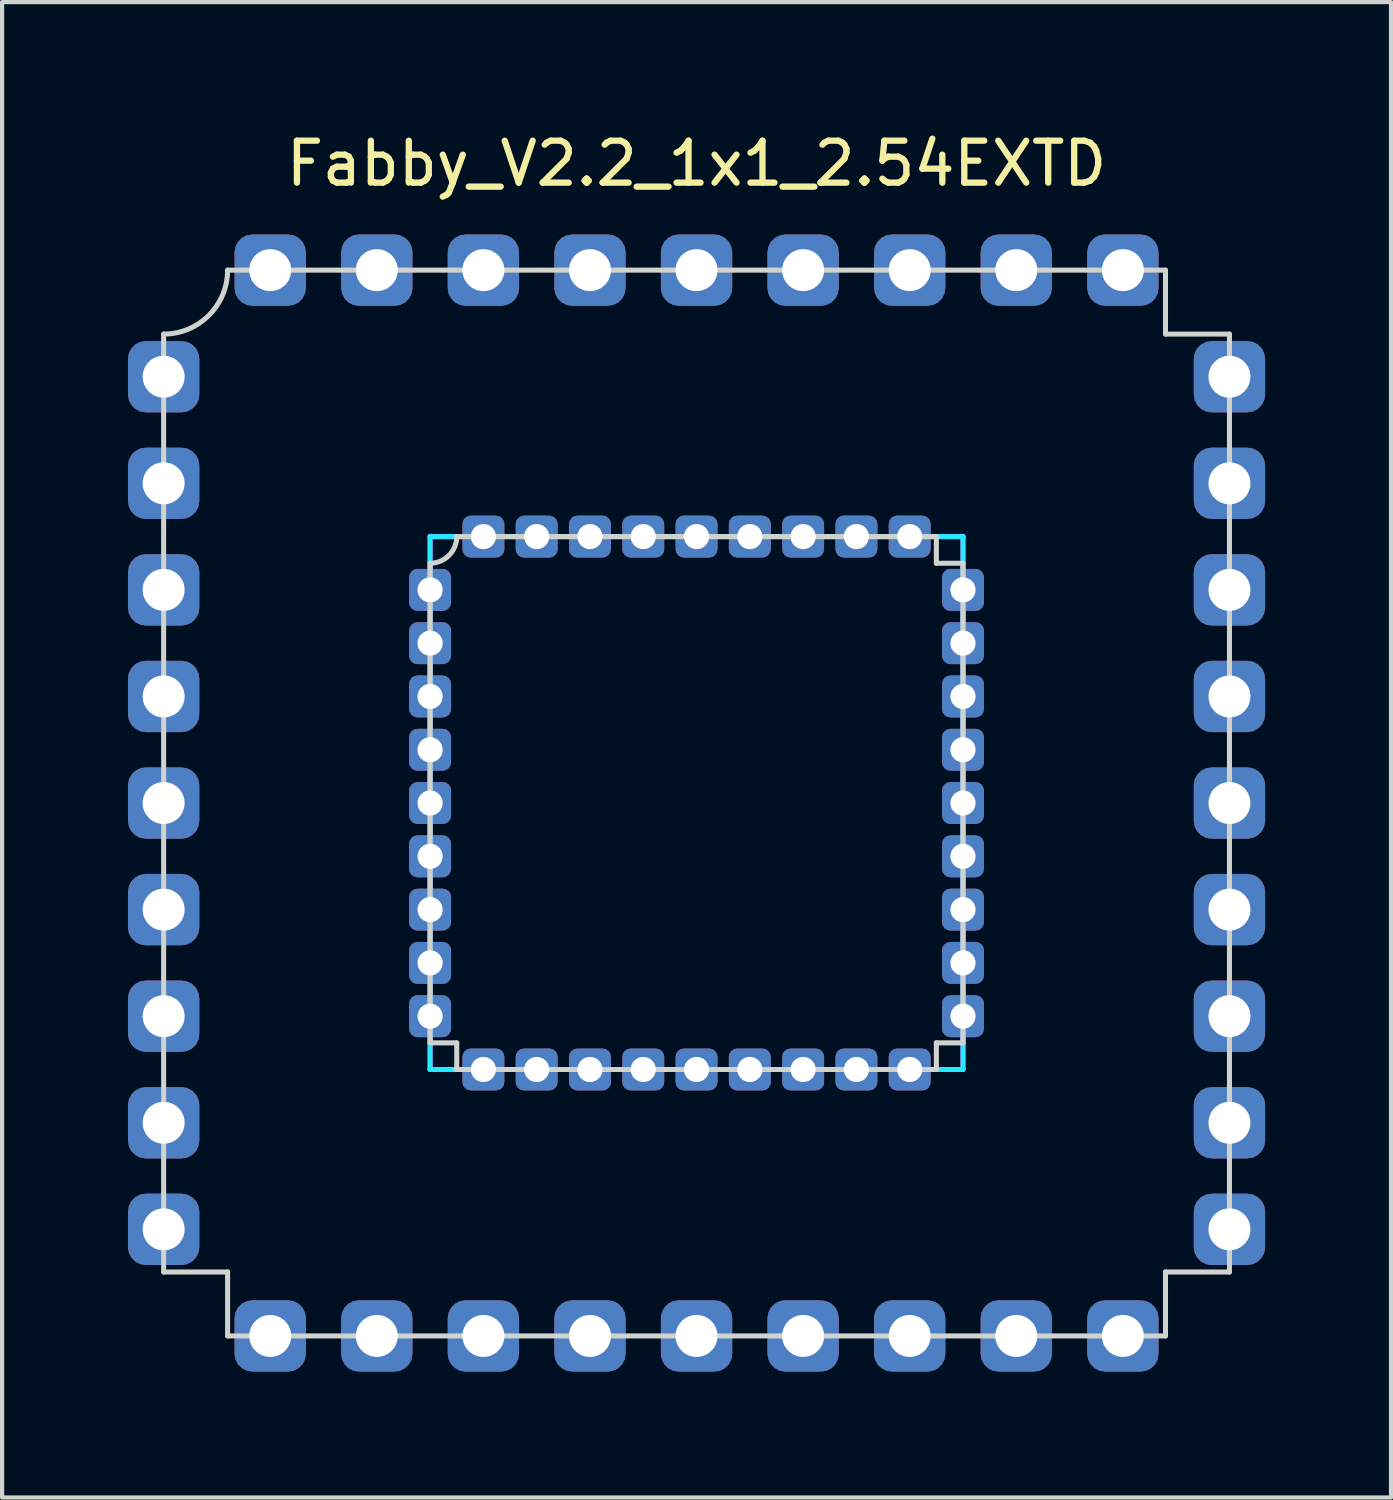
<source format=kicad_pcb>
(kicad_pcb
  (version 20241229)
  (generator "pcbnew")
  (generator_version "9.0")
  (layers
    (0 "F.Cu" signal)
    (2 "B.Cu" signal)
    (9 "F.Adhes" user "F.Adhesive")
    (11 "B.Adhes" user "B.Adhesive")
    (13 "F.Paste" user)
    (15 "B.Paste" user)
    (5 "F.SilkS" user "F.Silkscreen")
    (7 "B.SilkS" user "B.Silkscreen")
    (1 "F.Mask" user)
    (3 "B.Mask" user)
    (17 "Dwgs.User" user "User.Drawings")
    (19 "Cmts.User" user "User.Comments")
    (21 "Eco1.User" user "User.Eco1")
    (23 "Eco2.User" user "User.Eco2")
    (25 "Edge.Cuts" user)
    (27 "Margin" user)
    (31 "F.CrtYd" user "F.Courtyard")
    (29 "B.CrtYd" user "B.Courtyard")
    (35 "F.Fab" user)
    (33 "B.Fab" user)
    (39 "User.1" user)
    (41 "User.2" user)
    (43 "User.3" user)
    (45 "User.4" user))
  (footprint "Fabby_V2.2_1x1_2.54EXTD"
    (layer "F.Cu")
    (at 13.55 16.088)
    (property "Reference" "Fabby_V2.2_1x1_2.54EXTD" (at 0 -15.24 0) (layer "F.SilkS") (effects (font (size 1 1) (thickness 0.15))))
    (attr through_hole)
    (fp_line (start -12.7 11.176) (end -12.7 -11.176) (stroke (width 0.12) (type solid)) (layer "Edge.Cuts"))
    (fp_line (start -11.176 -12.7) (end 11.176 -12.7) (stroke (width 0.12) (type solid)) (layer "Edge.Cuts"))
    (fp_line (start -11.176 11.176) (end -12.7 11.176) (stroke (width 0.12) (type solid)) (layer "Edge.Cuts"))
    (fp_line (start -11.176 12.7) (end -11.176 11.176) (stroke (width 0.12) (type solid)) (layer "Edge.Cuts"))
    (fp_line (start -11.176 12.7) (end 11.176 12.7) (stroke (width 0.12) (type solid)) (layer "Edge.Cuts"))
    (fp_line (start -6.35 -5.715) (end -6.35 5.715) (stroke (width 0.12) (type solid)) (layer "Edge.Cuts"))
    (fp_line (start -6.35 5.715) (end -5.715 5.715) (stroke (width 0.12) (type solid)) (layer "Edge.Cuts"))
    (fp_line (start -5.715 -6.35) (end 5.715 -6.35) (stroke (width 0.12) (type solid)) (layer "Edge.Cuts"))
    (fp_line (start -5.715 5.715) (end -5.715 6.35) (stroke (width 0.12) (type solid)) (layer "Edge.Cuts"))
    (fp_line (start 5.715 -6.35) (end 5.715 -5.715) (stroke (width 0.12) (type solid)) (layer "Edge.Cuts"))
    (fp_line (start 5.715 -5.715) (end 6.35 -5.715) (stroke (width 0.12) (type solid)) (layer "Edge.Cuts"))
    (fp_line (start 5.715 5.715) (end 6.35 5.715) (stroke (width 0.12) (type solid)) (layer "Edge.Cuts"))
    (fp_line (start 5.715 6.35) (end -5.715 6.35) (stroke (width 0.12) (type solid)) (layer "Edge.Cuts"))
    (fp_line (start 5.715 6.35) (end 5.715 5.715) (stroke (width 0.12) (type solid)) (layer "Edge.Cuts"))
    (fp_line (start 6.35 -5.715) (end 6.35 5.715) (stroke (width 0.12) (type solid)) (layer "Edge.Cuts"))
    (fp_line (start 11.176 -12.7) (end 11.176 -11.176) (stroke (width 0.12) (type solid)) (layer "Edge.Cuts"))
    (fp_line (start 11.176 -11.176) (end 12.7 -11.176) (stroke (width 0.12) (type solid)) (layer "Edge.Cuts"))
    (fp_line (start 11.176 11.176) (end 11.176 12.7) (stroke (width 0.12) (type solid)) (layer "Edge.Cuts"))
    (fp_line (start 12.7 11.176) (end 11.176 11.176) (stroke (width 0.12) (type solid)) (layer "Edge.Cuts"))
    (fp_line (start 12.7 11.176) (end 12.7 -11.176) (stroke (width 0.12) (type solid)) (layer "Edge.Cuts"))
    (fp_arc (start -11.176 -12.7) (mid -11.622369 -11.622369) (end -12.7 -11.176) (stroke (width 0.12) (type solid)) (layer "Edge.Cuts"))
    (fp_arc (start -5.715 -6.35) (mid -5.900987 -5.900987) (end -6.35 -5.715) (stroke (width 0.12) (type solid)) (layer "Edge.Cuts"))
    (fp_line (start -6.35 -6.35) (end 6.35 -6.35) (stroke (width 0.12) (type solid)) (layer "B.CrtYd"))
    (fp_line (start -6.35 6.35) (end -6.35 -6.35) (stroke (width 0.12) (type solid)) (layer "B.CrtYd"))
    (fp_line (start 6.35 -6.35) (end 6.35 6.35) (stroke (width 0.12) (type solid)) (layer "B.CrtYd"))
    (fp_line (start 6.35 6.35) (end -6.35 6.35) (stroke (width 0.12) (type solid)) (layer "B.CrtYd"))
    (fp_line (start -6.35 -6.35) (end 6.35 -6.35) (stroke (width 0.12) (type solid)) (layer "F.CrtYd"))
    (fp_line (start -6.35 6.35) (end -6.35 -6.35) (stroke (width 0.12) (type solid)) (layer "F.CrtYd"))
    (fp_line (start 6.35 -6.35) (end 6.35 6.35) (stroke (width 0.12) (type solid)) (layer "F.CrtYd"))
    (fp_line (start 6.35 6.35) (end -6.35 6.35) (stroke (width 0.12) (type solid)) (layer "F.CrtYd"))
    (pad "1" thru_hole roundrect (at -12.7 -10.16) (size 1.7 1.7) (drill 1) (layers "*.Cu" "*.Mask") (roundrect_rratio 0.25))
    (pad "1" thru_hole roundrect (at -10.16 -12.7) (size 1.7 1.7) (drill 1) (layers "*.Cu" "*.Mask") (roundrect_rratio 0.25))
    (pad "1" thru_hole roundrect (at -6.35 -5.08 270) (size 1 1) (drill 0.6) (layers "*.Cu" "*.Mask") (roundrect_rratio 0.2))
    (pad "1" thru_hole roundrect (at -5.08 -6.35 270) (size 1 1) (drill 0.6) (layers "*.Cu" "*.Mask") (roundrect_rratio 0.2))
    (pad "2" thru_hole roundrect (at -12.7 -7.62) (size 1.7 1.7) (drill 1) (layers "*.Cu" "*.Mask") (roundrect_rratio 0.25))
    (pad "2" thru_hole roundrect (at -6.35 -3.81 270) (size 1 1) (drill 0.6) (layers "*.Cu" "*.Mask") (roundrect_rratio 0.2))
    (pad "3" thru_hole roundrect (at -12.7 -5.08) (size 1.7 1.7) (drill 1) (layers "*.Cu" "*.Mask") (roundrect_rratio 0.25))
    (pad "3" thru_hole roundrect (at -6.35 -2.54 270) (size 1 1) (drill 0.6) (layers "*.Cu" "*.Mask") (roundrect_rratio 0.2))
    (pad "4" thru_hole roundrect (at -12.7 -2.54) (size 1.7 1.7) (drill 1) (layers "*.Cu" "*.Mask") (roundrect_rratio 0.25))
    (pad "4" thru_hole roundrect (at -6.35 -1.27 270) (size 1 1) (drill 0.6) (layers "*.Cu" "*.Mask") (roundrect_rratio 0.2))
    (pad "5" thru_hole roundrect (at -12.7 0) (size 1.7 1.7) (drill 1) (layers "*.Cu" "*.Mask") (roundrect_rratio 0.25))
    (pad "5" thru_hole roundrect (at -6.35 0 270) (size 1 1) (drill 0.6) (layers "*.Cu" "*.Mask") (roundrect_rratio 0.2))
    (pad "6" thru_hole roundrect (at -12.7 2.54) (size 1.7 1.7) (drill 1) (layers "*.Cu" "*.Mask") (roundrect_rratio 0.25))
    (pad "6" thru_hole roundrect (at -6.35 1.27 270) (size 1 1) (drill 0.6) (layers "*.Cu" "*.Mask") (roundrect_rratio 0.2))
    (pad "7" thru_hole roundrect (at -12.7 5.08) (size 1.7 1.7) (drill 1) (layers "*.Cu" "*.Mask") (roundrect_rratio 0.25))
    (pad "7" thru_hole roundrect (at -6.35 2.54 270) (size 1 1) (drill 0.6) (layers "*.Cu" "*.Mask") (roundrect_rratio 0.2))
    (pad "8" thru_hole roundrect (at -12.7 7.62) (size 1.7 1.7) (drill 1) (layers "*.Cu" "*.Mask") (roundrect_rratio 0.25))
    (pad "8" thru_hole roundrect (at -6.35 3.81 270) (size 1 1) (drill 0.6) (layers "*.Cu" "*.Mask") (roundrect_rratio 0.2))
    (pad "9" thru_hole roundrect (at -12.7 10.16) (size 1.7 1.7) (drill 1) (layers "*.Cu" "*.Mask") (roundrect_rratio 0.25))
    (pad "9" thru_hole roundrect (at -10.16 12.7) (size 1.7 1.7) (drill 1) (layers "*.Cu" "*.Mask") (roundrect_rratio 0.25))
    (pad "9" thru_hole roundrect (at -6.35 5.08 270) (size 1 1) (drill 0.6) (layers "*.Cu" "*.Mask") (roundrect_rratio 0.2))
    (pad "9" thru_hole roundrect (at -5.08 6.35 270) (size 1 1) (drill 0.6) (layers "*.Cu" "*.Mask") (roundrect_rratio 0.2))
    (pad "10" thru_hole roundrect (at -7.62 12.7) (size 1.7 1.7) (drill 1) (layers "*.Cu" "*.Mask") (roundrect_rratio 0.25))
    (pad "10" thru_hole roundrect (at -3.81 6.35 270) (size 1 1) (drill 0.6) (layers "*.Cu" "*.Mask") (roundrect_rratio 0.2))
    (pad "11" thru_hole roundrect (at -5.08 12.7) (size 1.7 1.7) (drill 1) (layers "*.Cu" "*.Mask") (roundrect_rratio 0.25))
    (pad "11" thru_hole roundrect (at -2.54 6.35 270) (size 1 1) (drill 0.6) (layers "*.Cu" "*.Mask") (roundrect_rratio 0.2))
    (pad "12" thru_hole roundrect (at -2.54 12.7) (size 1.7 1.7) (drill 1) (layers "*.Cu" "*.Mask") (roundrect_rratio 0.25))
    (pad "12" thru_hole roundrect (at -1.27 6.35 270) (size 1 1) (drill 0.6) (layers "*.Cu" "*.Mask") (roundrect_rratio 0.2))
    (pad "13" thru_hole roundrect (at 0 6.35 270) (size 1 1) (drill 0.6) (layers "*.Cu" "*.Mask") (roundrect_rratio 0.2))
    (pad "13" thru_hole roundrect (at 0 12.7) (size 1.7 1.7) (drill 1) (layers "*.Cu" "*.Mask") (roundrect_rratio 0.25))
    (pad "14" thru_hole roundrect (at 1.27 6.35 270) (size 1 1) (drill 0.6) (layers "*.Cu" "*.Mask") (roundrect_rratio 0.2))
    (pad "14" thru_hole roundrect (at 2.54 12.7) (size 1.7 1.7) (drill 1) (layers "*.Cu" "*.Mask") (roundrect_rratio 0.25))
    (pad "15" thru_hole roundrect (at 2.54 6.35 270) (size 1 1) (drill 0.6) (layers "*.Cu" "*.Mask") (roundrect_rratio 0.2))
    (pad "15" thru_hole roundrect (at 5.08 12.7) (size 1.7 1.7) (drill 1) (layers "*.Cu" "*.Mask") (roundrect_rratio 0.25))
    (pad "16" thru_hole roundrect (at 3.81 6.35 270) (size 1 1) (drill 0.6) (layers "*.Cu" "*.Mask") (roundrect_rratio 0.2))
    (pad "16" thru_hole roundrect (at 7.62 12.7) (size 1.7 1.7) (drill 1) (layers "*.Cu" "*.Mask") (roundrect_rratio 0.25))
    (pad "17" thru_hole roundrect (at 5.08 6.35 270) (size 1 1) (drill 0.6) (layers "*.Cu" "*.Mask") (roundrect_rratio 0.2))
    (pad "17" thru_hole roundrect (at 6.35 5.08 270) (size 1 1) (drill 0.6) (layers "*.Cu" "*.Mask") (roundrect_rratio 0.2))
    (pad "17" thru_hole roundrect (at 10.16 12.7) (size 1.7 1.7) (drill 1) (layers "*.Cu" "*.Mask") (roundrect_rratio 0.25))
    (pad "17" thru_hole roundrect (at 12.7 10.16) (size 1.7 1.7) (drill 1) (layers "*.Cu" "*.Mask") (roundrect_rratio 0.25))
    (pad "18" thru_hole roundrect (at 6.35 3.81 270) (size 1 1) (drill 0.6) (layers "*.Cu" "*.Mask") (roundrect_rratio 0.2))
    (pad "18" thru_hole roundrect (at 12.7 7.62) (size 1.7 1.7) (drill 1) (layers "*.Cu" "*.Mask") (roundrect_rratio 0.25))
    (pad "19" thru_hole roundrect (at 6.35 2.54 270) (size 1 1) (drill 0.6) (layers "*.Cu" "*.Mask") (roundrect_rratio 0.2))
    (pad "19" thru_hole roundrect (at 12.7 5.08) (size 1.7 1.7) (drill 1) (layers "*.Cu" "*.Mask") (roundrect_rratio 0.25))
    (pad "20" thru_hole roundrect (at 6.35 1.27 270) (size 1 1) (drill 0.6) (layers "*.Cu" "*.Mask") (roundrect_rratio 0.2))
    (pad "20" thru_hole roundrect (at 12.7 2.54) (size 1.7 1.7) (drill 1) (layers "*.Cu" "*.Mask") (roundrect_rratio 0.25))
    (pad "21" thru_hole roundrect (at 6.35 0 270) (size 1 1) (drill 0.6) (layers "*.Cu" "*.Mask") (roundrect_rratio 0.2))
    (pad "21" thru_hole roundrect (at 12.7 0) (size 1.7 1.7) (drill 1) (layers "*.Cu" "*.Mask") (roundrect_rratio 0.25))
    (pad "22" thru_hole roundrect (at 6.35 -1.27 270) (size 1 1) (drill 0.6) (layers "*.Cu" "*.Mask") (roundrect_rratio 0.2))
    (pad "22" thru_hole roundrect (at 12.7 -2.54) (size 1.7 1.7) (drill 1) (layers "*.Cu" "*.Mask") (roundrect_rratio 0.25))
    (pad "23" thru_hole roundrect (at 6.35 -2.54 270) (size 1 1) (drill 0.6) (layers "*.Cu" "*.Mask") (roundrect_rratio 0.2))
    (pad "23" thru_hole roundrect (at 12.7 -5.08) (size 1.7 1.7) (drill 1) (layers "*.Cu" "*.Mask") (roundrect_rratio 0.25))
    (pad "24" thru_hole roundrect (at 6.35 -3.81 270) (size 1 1) (drill 0.6) (layers "*.Cu" "*.Mask") (roundrect_rratio 0.2))
    (pad "24" thru_hole roundrect (at 12.7 -7.62) (size 1.7 1.7) (drill 1) (layers "*.Cu" "*.Mask") (roundrect_rratio 0.25))
    (pad "25" thru_hole roundrect (at 5.08 -6.35 270) (size 1 1) (drill 0.6) (layers "*.Cu" "*.Mask") (roundrect_rratio 0.2))
    (pad "25" thru_hole roundrect (at 6.35 -5.08 270) (size 1 1) (drill 0.6) (layers "*.Cu" "*.Mask") (roundrect_rratio 0.2))
    (pad "25" thru_hole roundrect (at 10.16 -12.7) (size 1.7 1.7) (drill 1) (layers "*.Cu" "*.Mask") (roundrect_rratio 0.25))
    (pad "25" thru_hole roundrect (at 12.7 -10.16) (size 1.7 1.7) (drill 1) (layers "*.Cu" "*.Mask") (roundrect_rratio 0.25))
    (pad "26" thru_hole roundrect (at 3.81 -6.35 270) (size 1 1) (drill 0.6) (layers "*.Cu" "*.Mask") (roundrect_rratio 0.2))
    (pad "26" thru_hole roundrect (at 7.62 -12.7) (size 1.7 1.7) (drill 1) (layers "*.Cu" "*.Mask") (roundrect_rratio 0.25))
    (pad "27" thru_hole roundrect (at 2.54 -6.35 270) (size 1 1) (drill 0.6) (layers "*.Cu" "*.Mask") (roundrect_rratio 0.2))
    (pad "27" thru_hole roundrect (at 5.08 -12.7) (size 1.7 1.7) (drill 1) (layers "*.Cu" "*.Mask") (roundrect_rratio 0.25))
    (pad "28" thru_hole roundrect (at 1.27 -6.35 270) (size 1 1) (drill 0.6) (layers "*.Cu" "*.Mask") (roundrect_rratio 0.2))
    (pad "28" thru_hole roundrect (at 2.54 -12.7) (size 1.7 1.7) (drill 1) (layers "*.Cu" "*.Mask") (roundrect_rratio 0.25))
    (pad "29" thru_hole roundrect (at 0 -12.7) (size 1.7 1.7) (drill 1) (layers "*.Cu" "*.Mask") (roundrect_rratio 0.25))
    (pad "29" thru_hole roundrect (at 0 -6.35 270) (size 1 1) (drill 0.6) (layers "*.Cu" "*.Mask") (roundrect_rratio 0.2))
    (pad "30" thru_hole roundrect (at -2.54 -12.7) (size 1.7 1.7) (drill 1) (layers "*.Cu" "*.Mask") (roundrect_rratio 0.25))
    (pad "30" thru_hole roundrect (at -1.27 -6.35 270) (size 1 1) (drill 0.6) (layers "*.Cu" "*.Mask") (roundrect_rratio 0.2))
    (pad "31" thru_hole roundrect (at -5.08 -12.7) (size 1.7 1.7) (drill 1) (layers "*.Cu" "*.Mask") (roundrect_rratio 0.25))
    (pad "31" thru_hole roundrect (at -2.54 -6.35 270) (size 1 1) (drill 0.6) (layers "*.Cu" "*.Mask") (roundrect_rratio 0.2))
    (pad "32" thru_hole roundrect (at -7.62 -12.7) (size 1.7 1.7) (drill 1) (layers "*.Cu" "*.Mask") (roundrect_rratio 0.25))
    (pad "32" thru_hole roundrect (at -3.81 -6.35 270) (size 1 1) (drill 0.6) (layers "*.Cu" "*.Mask") (roundrect_rratio 0.2)))
  (gr_rect
    (start -3 -3)
    (end 30.1 32.638)
    (stroke (width 0.1) (type default))
    (fill no)
    (layer "Edge.Cuts")))
</source>
